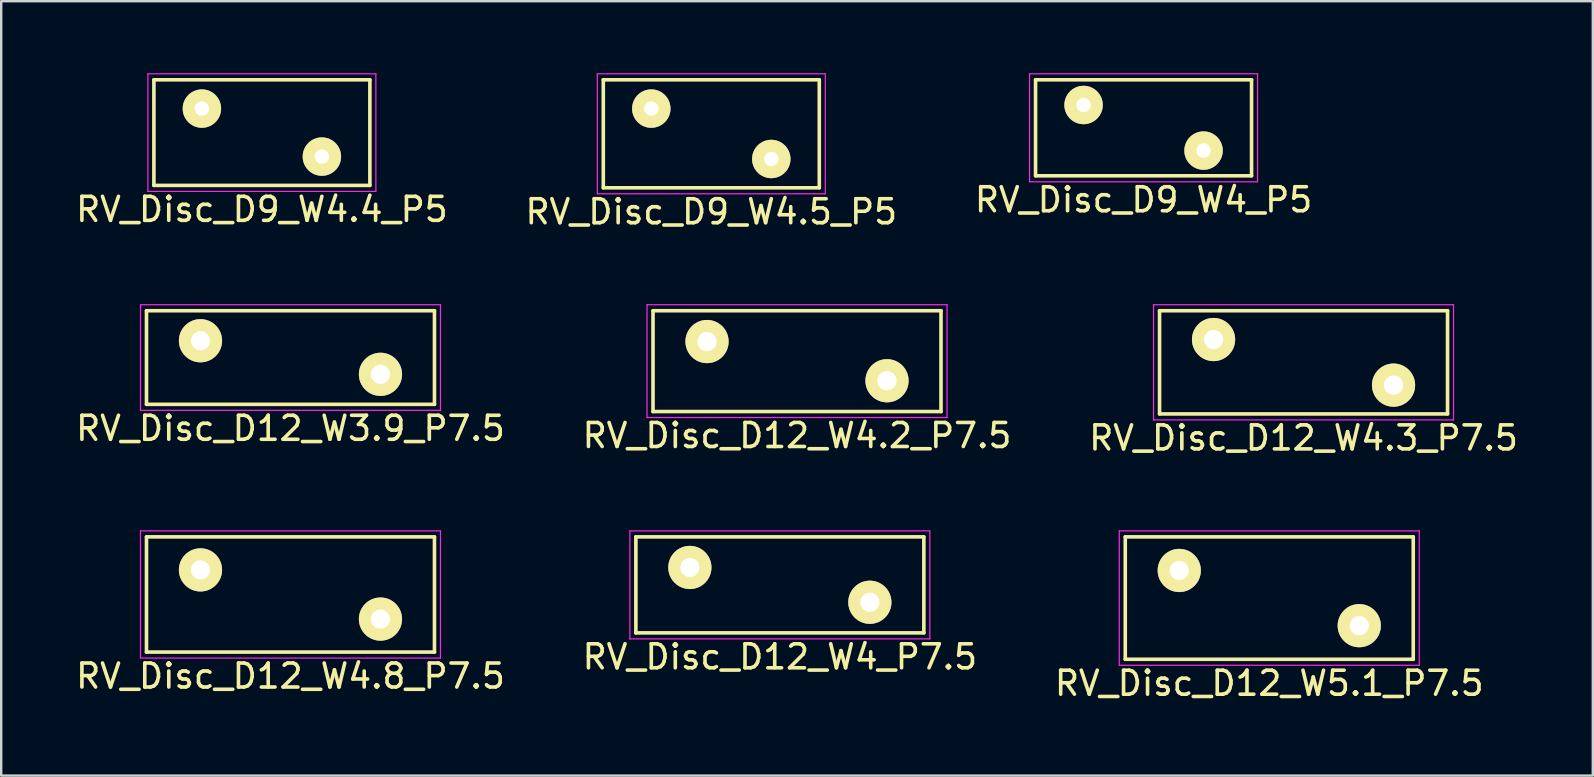
<source format=kicad_pcb>
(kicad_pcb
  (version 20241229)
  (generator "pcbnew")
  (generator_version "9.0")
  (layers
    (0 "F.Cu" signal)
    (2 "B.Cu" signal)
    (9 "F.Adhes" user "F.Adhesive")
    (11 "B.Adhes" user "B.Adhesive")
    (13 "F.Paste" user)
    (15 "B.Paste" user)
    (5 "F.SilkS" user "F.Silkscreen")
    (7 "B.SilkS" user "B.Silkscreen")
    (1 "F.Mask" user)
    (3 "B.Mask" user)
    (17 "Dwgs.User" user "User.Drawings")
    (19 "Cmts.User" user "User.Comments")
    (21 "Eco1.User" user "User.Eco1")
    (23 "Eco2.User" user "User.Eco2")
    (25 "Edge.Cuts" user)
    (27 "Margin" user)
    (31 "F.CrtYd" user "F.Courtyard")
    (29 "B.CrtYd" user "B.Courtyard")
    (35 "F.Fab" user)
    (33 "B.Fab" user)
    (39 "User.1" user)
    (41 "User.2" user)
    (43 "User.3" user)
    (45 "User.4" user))
  (footprint "RV_Disc_D12_W5.1_P7.5"
    (layer "F.Cu")
    (at 46.089 20.721)
    (property "Reference" "RV_Disc_D12_W5.1_P7.5" (at 3.75 4.7 0) (layer "F.SilkS") (effects (font (size 1 1) (thickness 0.15))))
    (attr through_hole)
    (fp_line (start -2.25 -1.4) (end -2.25 3.7) (stroke (width 0.15) (type solid)) (layer "F.SilkS"))
    (fp_line (start -2.25 -1.4) (end 9.75 -1.4) (stroke (width 0.15) (type solid)) (layer "F.SilkS"))
    (fp_line (start -2.25 3.7) (end 9.75 3.7) (stroke (width 0.15) (type solid)) (layer "F.SilkS"))
    (fp_line (start 9.75 -1.4) (end 9.75 3.7) (stroke (width 0.15) (type solid)) (layer "F.SilkS"))
    (fp_line (start -2.5 -1.65) (end -2.5 3.95) (stroke (width 0.05) (type solid)) (layer "F.CrtYd"))
    (fp_line (start -2.5 -1.65) (end 10 -1.65) (stroke (width 0.05) (type solid)) (layer "F.CrtYd"))
    (fp_line (start -2.5 3.95) (end 10 3.95) (stroke (width 0.05) (type solid)) (layer "F.CrtYd"))
    (fp_line (start 10 -1.65) (end 10 3.95) (stroke (width 0.05) (type solid)) (layer "F.CrtYd"))
    (pad "1" thru_hole circle (at 0 0) (size 1.8 1.8) (drill 0.8) (layers "*.Cu" "*.Mask" "F.SilkS"))
    (pad "2" thru_hole circle (at 7.5 2.3) (size 1.8 1.8) (drill 0.8) (layers "*.Cu" "*.Mask" "F.SilkS")))
  (footprint "RV_Disc_D12_W3.9_P7.5"
    (layer "F.Cu")
    (at 5.304 11.148)
    (property "Reference" "RV_Disc_D12_W3.9_P7.5" (at 3.75 3.65 0) (layer "F.SilkS") (effects (font (size 1 1) (thickness 0.15))))
    (attr through_hole)
    (fp_line (start -2.25 -1.25) (end -2.25 2.65) (stroke (width 0.15) (type solid)) (layer "F.SilkS"))
    (fp_line (start -2.25 -1.25) (end 9.75 -1.25) (stroke (width 0.15) (type solid)) (layer "F.SilkS"))
    (fp_line (start -2.25 2.65) (end 9.75 2.65) (stroke (width 0.15) (type solid)) (layer "F.SilkS"))
    (fp_line (start 9.75 -1.25) (end 9.75 2.65) (stroke (width 0.15) (type solid)) (layer "F.SilkS"))
    (fp_line (start -2.5 -1.5) (end -2.5 2.9) (stroke (width 0.05) (type solid)) (layer "F.CrtYd"))
    (fp_line (start -2.5 -1.5) (end 10 -1.5) (stroke (width 0.05) (type solid)) (layer "F.CrtYd"))
    (fp_line (start -2.5 2.9) (end 10 2.9) (stroke (width 0.05) (type solid)) (layer "F.CrtYd"))
    (fp_line (start 10 -1.5) (end 10 2.9) (stroke (width 0.05) (type solid)) (layer "F.CrtYd"))
    (pad "1" thru_hole circle (at 0 0) (size 1.8 1.8) (drill 0.8) (layers "*.Cu" "*.Mask" "F.SilkS"))
    (pad "2" thru_hole circle (at 7.5 1.4) (size 1.8 1.8) (drill 0.8) (layers "*.Cu" "*.Mask" "F.SilkS")))
  (footprint "RV_Disc_D9_W4.5_P5"
    (layer "F.Cu")
    (at 24.089 1.475)
    (property "Reference" "RV_Disc_D9_W4.5_P5" (at 2.5 4.3 0) (layer "F.SilkS") (effects (font (size 1 1) (thickness 0.15))))
    (attr through_hole)
    (fp_line (start -2 -1.2) (end -2 3.3) (stroke (width 0.15) (type solid)) (layer "F.SilkS"))
    (fp_line (start -2 -1.2) (end 7 -1.2) (stroke (width 0.15) (type solid)) (layer "F.SilkS"))
    (fp_line (start -2 3.3) (end 7 3.3) (stroke (width 0.15) (type solid)) (layer "F.SilkS"))
    (fp_line (start 7 -1.2) (end 7 3.3) (stroke (width 0.15) (type solid)) (layer "F.SilkS"))
    (fp_line (start -2.25 -1.45) (end -2.25 3.55) (stroke (width 0.05) (type solid)) (layer "F.CrtYd"))
    (fp_line (start -2.25 -1.45) (end 7.25 -1.45) (stroke (width 0.05) (type solid)) (layer "F.CrtYd"))
    (fp_line (start -2.25 3.55) (end 7.25 3.55) (stroke (width 0.05) (type solid)) (layer "F.CrtYd"))
    (fp_line (start 7.25 -1.45) (end 7.25 3.55) (stroke (width 0.05) (type solid)) (layer "F.CrtYd"))
    (pad "1" thru_hole circle (at 0 0) (size 1.6 1.6) (drill 0.6) (layers "*.Cu" "*.Mask" "F.SilkS"))
    (pad "2" thru_hole circle (at 5 2.1) (size 1.6 1.6) (drill 0.6) (layers "*.Cu" "*.Mask" "F.SilkS")))
  (footprint "RV_Disc_D12_W4.3_P7.5"
    (layer "F.Cu")
    (at 47.518 11.098)
    (property "Reference" "RV_Disc_D12_W4.3_P7.5" (at 3.75 4.1 0) (layer "F.SilkS") (effects (font (size 1 1) (thickness 0.15))))
    (attr through_hole)
    (fp_line (start -2.25 -1.2) (end -2.25 3.1) (stroke (width 0.15) (type solid)) (layer "F.SilkS"))
    (fp_line (start -2.25 -1.2) (end 9.75 -1.2) (stroke (width 0.15) (type solid)) (layer "F.SilkS"))
    (fp_line (start -2.25 3.1) (end 9.75 3.1) (stroke (width 0.15) (type solid)) (layer "F.SilkS"))
    (fp_line (start 9.75 -1.2) (end 9.75 3.1) (stroke (width 0.15) (type solid)) (layer "F.SilkS"))
    (fp_line (start -2.5 -1.45) (end -2.5 3.35) (stroke (width 0.05) (type solid)) (layer "F.CrtYd"))
    (fp_line (start -2.5 -1.45) (end 10 -1.45) (stroke (width 0.05) (type solid)) (layer "F.CrtYd"))
    (fp_line (start -2.5 3.35) (end 10 3.35) (stroke (width 0.05) (type solid)) (layer "F.CrtYd"))
    (fp_line (start 10 -1.45) (end 10 3.35) (stroke (width 0.05) (type solid)) (layer "F.CrtYd"))
    (pad "1" thru_hole circle (at 0 0) (size 1.8 1.8) (drill 0.8) (layers "*.Cu" "*.Mask" "F.SilkS"))
    (pad "2" thru_hole circle (at 7.5 1.9) (size 1.8 1.8) (drill 0.8) (layers "*.Cu" "*.Mask" "F.SilkS")))
  (footprint "RV_Disc_D9_W4.4_P5"
    (layer "F.Cu")
    (at 5.363 1.475)
    (property "Reference" "RV_Disc_D9_W4.4_P5" (at 2.5 4.2 0) (layer "F.SilkS") (effects (font (size 1 1) (thickness 0.15))))
    (attr through_hole)
    (fp_line (start -2 -1.2) (end -2 3.2) (stroke (width 0.15) (type solid)) (layer "F.SilkS"))
    (fp_line (start -2 -1.2) (end 7 -1.2) (stroke (width 0.15) (type solid)) (layer "F.SilkS"))
    (fp_line (start -2 3.2) (end 7 3.2) (stroke (width 0.15) (type solid)) (layer "F.SilkS"))
    (fp_line (start 7 -1.2) (end 7 3.2) (stroke (width 0.15) (type solid)) (layer "F.SilkS"))
    (fp_line (start -2.25 -1.45) (end -2.25 3.45) (stroke (width 0.05) (type solid)) (layer "F.CrtYd"))
    (fp_line (start -2.25 -1.45) (end 7.25 -1.45) (stroke (width 0.05) (type solid)) (layer "F.CrtYd"))
    (fp_line (start -2.25 3.45) (end 7.25 3.45) (stroke (width 0.05) (type solid)) (layer "F.CrtYd"))
    (fp_line (start 7.25 -1.45) (end 7.25 3.45) (stroke (width 0.05) (type solid)) (layer "F.CrtYd"))
    (pad "1" thru_hole circle (at 0 0) (size 1.6 1.6) (drill 0.6) (layers "*.Cu" "*.Mask" "F.SilkS"))
    (pad "2" thru_hole circle (at 5 2) (size 1.6 1.6) (drill 0.6) (layers "*.Cu" "*.Mask" "F.SilkS")))
  (footprint "RV_Disc_D12_W4_P7.5"
    (layer "F.Cu")
    (at 25.696 20.596)
    (property "Reference" "RV_Disc_D12_W4_P7.5" (at 3.75 3.725 0) (layer "F.SilkS") (effects (font (size 1 1) (thickness 0.15))))
    (attr through_hole)
    (fp_line (start -2.25 -1.275) (end -2.25 2.725) (stroke (width 0.15) (type solid)) (layer "F.SilkS"))
    (fp_line (start -2.25 -1.275) (end 9.75 -1.275) (stroke (width 0.15) (type solid)) (layer "F.SilkS"))
    (fp_line (start -2.25 2.725) (end 9.75 2.725) (stroke (width 0.15) (type solid)) (layer "F.SilkS"))
    (fp_line (start 9.75 -1.275) (end 9.75 2.725) (stroke (width 0.15) (type solid)) (layer "F.SilkS"))
    (fp_line (start -2.5 -1.525) (end -2.5 2.975) (stroke (width 0.05) (type solid)) (layer "F.CrtYd"))
    (fp_line (start -2.5 -1.525) (end 10 -1.525) (stroke (width 0.05) (type solid)) (layer "F.CrtYd"))
    (fp_line (start -2.5 2.975) (end 10 2.975) (stroke (width 0.05) (type solid)) (layer "F.CrtYd"))
    (fp_line (start 10 -1.525) (end 10 2.975) (stroke (width 0.05) (type solid)) (layer "F.CrtYd"))
    (pad "1" thru_hole circle (at 0 0) (size 1.8 1.8) (drill 0.8) (layers "*.Cu" "*.Mask" "F.SilkS"))
    (pad "2" thru_hole circle (at 7.5 1.45) (size 1.8 1.8) (drill 0.8) (layers "*.Cu" "*.Mask" "F.SilkS")))
  (footprint "RV_Disc_D12_W4.2_P7.5"
    (layer "F.Cu")
    (at 26.411 11.182)
    (property "Reference" "RV_Disc_D12_W4.2_P7.5" (at 3.75 3.917 0) (layer "F.SilkS") (effects (font (size 1 1) (thickness 0.15))))
    (attr through_hole)
    (fp_line (start -2.25 -1.283) (end -2.25 2.917) (stroke (width 0.15) (type solid)) (layer "F.SilkS"))
    (fp_line (start -2.25 -1.283) (end 9.75 -1.283) (stroke (width 0.15) (type solid)) (layer "F.SilkS"))
    (fp_line (start -2.25 2.917) (end 9.75 2.917) (stroke (width 0.15) (type solid)) (layer "F.SilkS"))
    (fp_line (start 9.75 -1.283) (end 9.75 2.917) (stroke (width 0.15) (type solid)) (layer "F.SilkS"))
    (fp_line (start -2.5 -1.533) (end -2.5 3.167) (stroke (width 0.05) (type solid)) (layer "F.CrtYd"))
    (fp_line (start -2.5 -1.533) (end 10 -1.533) (stroke (width 0.05) (type solid)) (layer "F.CrtYd"))
    (fp_line (start -2.5 3.167) (end 10 3.167) (stroke (width 0.05) (type solid)) (layer "F.CrtYd"))
    (fp_line (start 10 -1.533) (end 10 3.167) (stroke (width 0.05) (type solid)) (layer "F.CrtYd"))
    (pad "1" thru_hole circle (at 0 0) (size 1.8 1.8) (drill 0.8) (layers "*.Cu" "*.Mask" "F.SilkS"))
    (pad "2" thru_hole circle (at 7.5 1.633) (size 1.8 1.8) (drill 0.8) (layers "*.Cu" "*.Mask" "F.SilkS")))
  (footprint "RV_Disc_D9_W4_P5"
    (layer "F.Cu")
    (at 42.101 1.325)
    (property "Reference" "RV_Disc_D9_W4_P5" (at 2.5 3.95 0) (layer "F.SilkS") (effects (font (size 1 1) (thickness 0.15))))
    (attr through_hole)
    (fp_line (start -2 -1.05) (end -2 2.95) (stroke (width 0.15) (type solid)) (layer "F.SilkS"))
    (fp_line (start -2 -1.05) (end 7 -1.05) (stroke (width 0.15) (type solid)) (layer "F.SilkS"))
    (fp_line (start -2 2.95) (end 7 2.95) (stroke (width 0.15) (type solid)) (layer "F.SilkS"))
    (fp_line (start 7 -1.05) (end 7 2.95) (stroke (width 0.15) (type solid)) (layer "F.SilkS"))
    (fp_line (start -2.25 -1.3) (end -2.25 3.2) (stroke (width 0.05) (type solid)) (layer "F.CrtYd"))
    (fp_line (start -2.25 -1.3) (end 7.25 -1.3) (stroke (width 0.05) (type solid)) (layer "F.CrtYd"))
    (fp_line (start -2.25 3.2) (end 7.25 3.2) (stroke (width 0.05) (type solid)) (layer "F.CrtYd"))
    (fp_line (start 7.25 -1.3) (end 7.25 3.2) (stroke (width 0.05) (type solid)) (layer "F.CrtYd"))
    (pad "1" thru_hole circle (at 0 0) (size 1.6 1.6) (drill 0.6) (layers "*.Cu" "*.Mask" "F.SilkS"))
    (pad "2" thru_hole circle (at 5 1.9) (size 1.6 1.6) (drill 0.6) (layers "*.Cu" "*.Mask" "F.SilkS")))
  (footprint "RV_Disc_D12_W4.8_P7.5"
    (layer "F.Cu")
    (at 5.304 20.697)
    (property "Reference" "RV_Disc_D12_W4.8_P7.5" (at 3.75 4.425 0) (layer "F.SilkS") (effects (font (size 1 1) (thickness 0.15))))
    (attr through_hole)
    (fp_line (start -2.25 -1.375) (end -2.25 3.425) (stroke (width 0.15) (type solid)) (layer "F.SilkS"))
    (fp_line (start -2.25 -1.375) (end 9.75 -1.375) (stroke (width 0.15) (type solid)) (layer "F.SilkS"))
    (fp_line (start -2.25 3.425) (end 9.75 3.425) (stroke (width 0.15) (type solid)) (layer "F.SilkS"))
    (fp_line (start 9.75 -1.375) (end 9.75 3.425) (stroke (width 0.15) (type solid)) (layer "F.SilkS"))
    (fp_line (start -2.5 -1.625) (end -2.5 3.675) (stroke (width 0.05) (type solid)) (layer "F.CrtYd"))
    (fp_line (start -2.5 -1.625) (end 10 -1.625) (stroke (width 0.05) (type solid)) (layer "F.CrtYd"))
    (fp_line (start -2.5 3.675) (end 10 3.675) (stroke (width 0.05) (type solid)) (layer "F.CrtYd"))
    (fp_line (start 10 -1.625) (end 10 3.675) (stroke (width 0.05) (type solid)) (layer "F.CrtYd"))
    (pad "1" thru_hole circle (at 0 0) (size 1.8 1.8) (drill 0.8) (layers "*.Cu" "*.Mask" "F.SilkS"))
    (pad "2" thru_hole circle (at 7.5 2.05) (size 1.8 1.8) (drill 0.8) (layers "*.Cu" "*.Mask" "F.SilkS")))
  (gr_rect
    (start -3 -3)
    (end 63.321 29.27)
    (stroke (width 0.1) (type default))
    (fill no)
    (layer "Edge.Cuts")))
</source>
